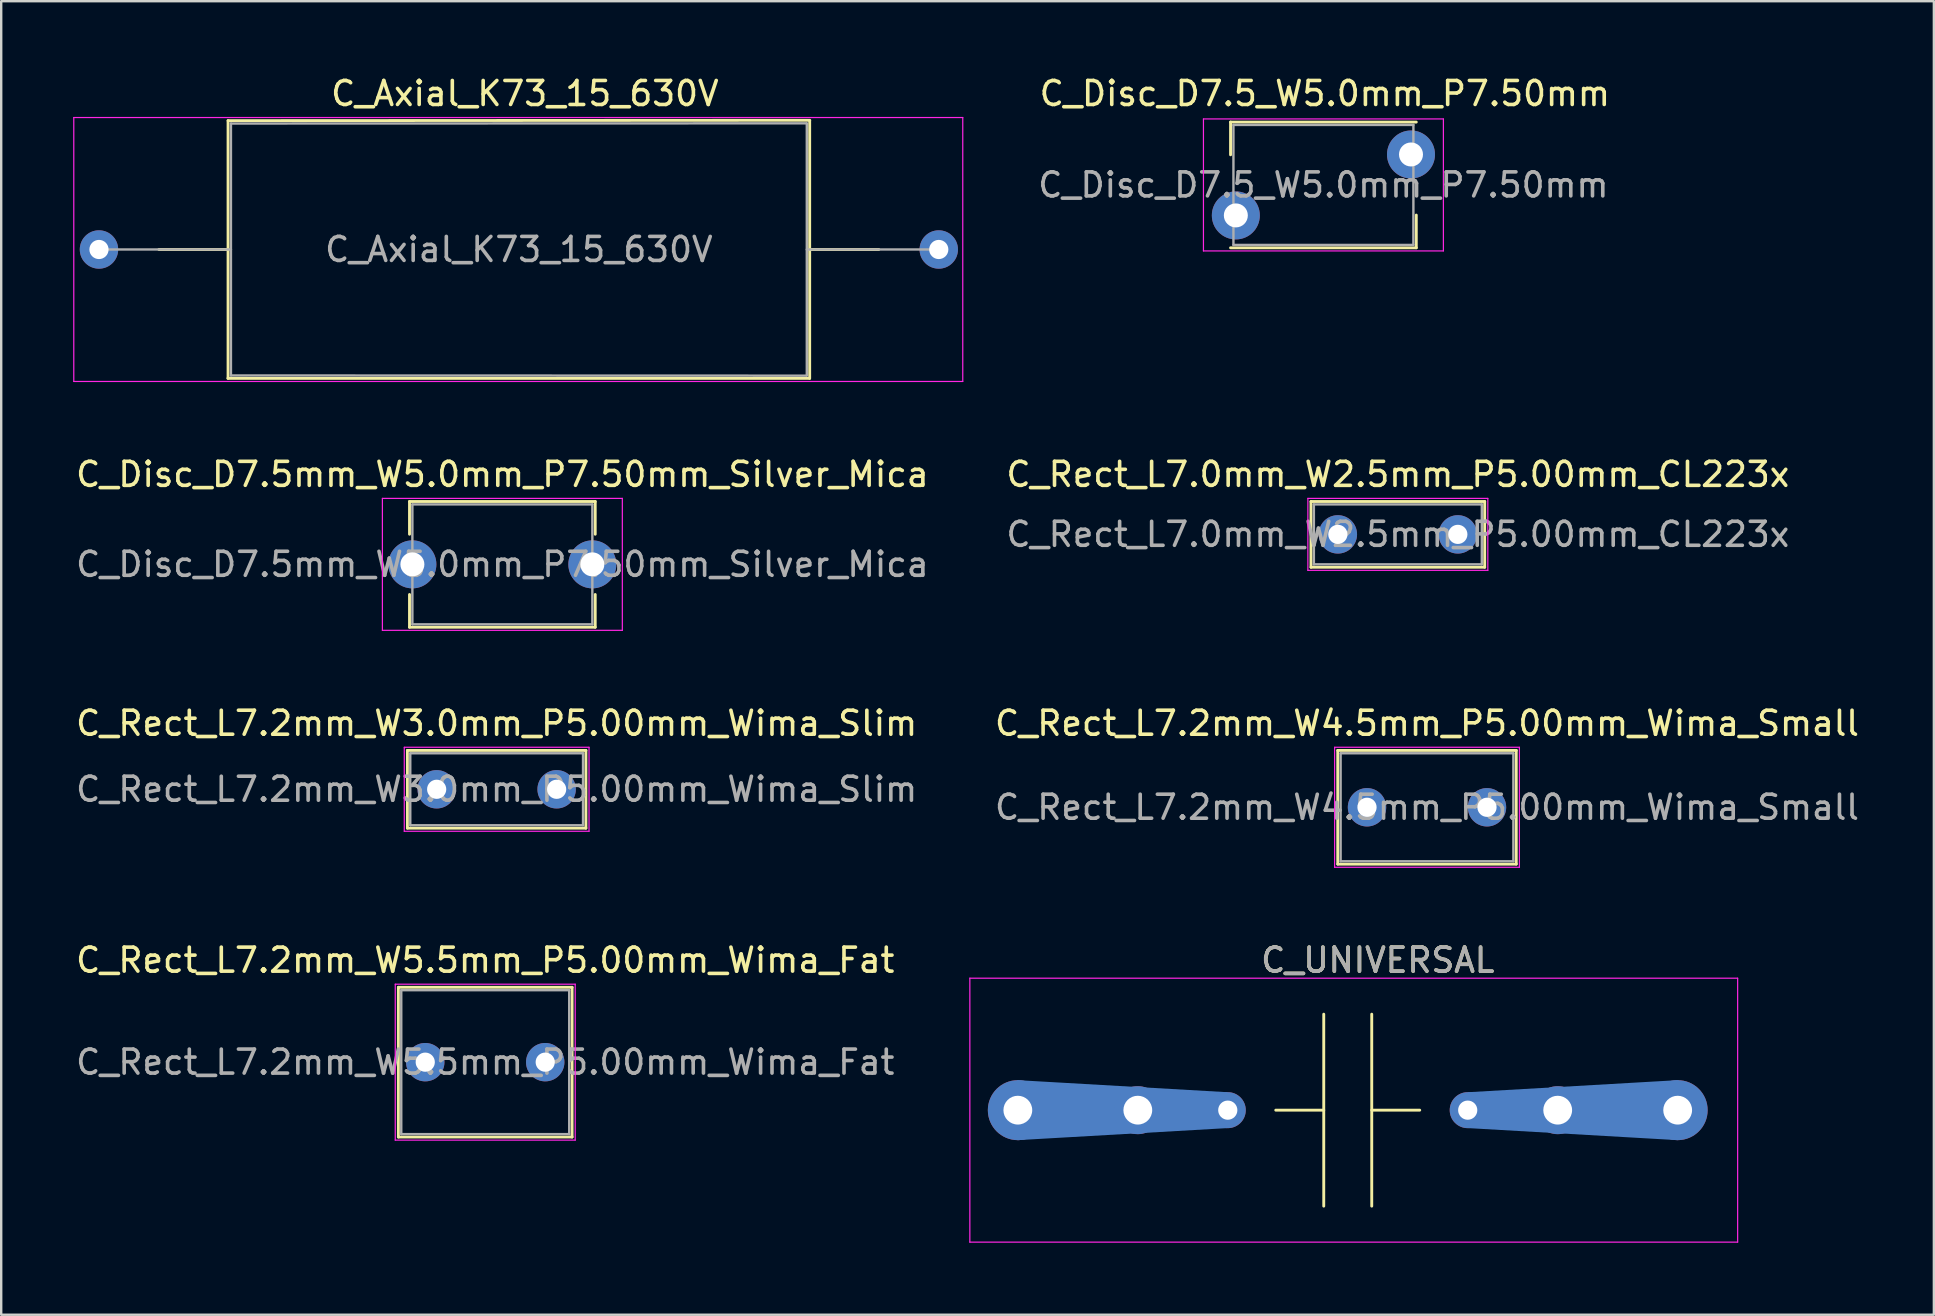
<source format=kicad_pcb>
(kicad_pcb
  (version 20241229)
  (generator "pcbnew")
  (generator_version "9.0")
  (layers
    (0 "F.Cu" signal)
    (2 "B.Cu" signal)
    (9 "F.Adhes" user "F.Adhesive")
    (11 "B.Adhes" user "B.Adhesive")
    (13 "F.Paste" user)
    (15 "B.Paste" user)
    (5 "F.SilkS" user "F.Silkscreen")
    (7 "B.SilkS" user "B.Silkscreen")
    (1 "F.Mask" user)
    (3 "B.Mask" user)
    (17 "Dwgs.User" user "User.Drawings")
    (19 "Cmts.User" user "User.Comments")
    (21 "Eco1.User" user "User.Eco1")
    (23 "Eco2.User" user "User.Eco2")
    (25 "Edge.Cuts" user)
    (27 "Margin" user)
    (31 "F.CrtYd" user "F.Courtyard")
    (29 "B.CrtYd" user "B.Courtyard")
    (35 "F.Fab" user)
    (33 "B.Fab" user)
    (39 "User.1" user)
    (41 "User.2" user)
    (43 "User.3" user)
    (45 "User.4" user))
  (footprint "C_Disc_D7.5mm_W5.0mm_P7.50mm_Silver_Mica"
    (layer "F.Cu")
    (at 14.137 20.471)
    (property "Reference" "C_Disc_D7.5mm_W5.0mm_P7.50mm_Silver_Mica" (at 3.75 -3.75 0) (layer "F.SilkS") (effects (font (size 1 1) (thickness 0.15))))
    (attr through_hole)
    (fp_line (start -0.12 -2.62) (end -0.12 -1.256) (stroke (width 0.12) (type solid)) (layer "F.SilkS"))
    (fp_line (start -0.12 -2.62) (end 7.62 -2.62) (stroke (width 0.12) (type solid)) (layer "F.SilkS"))
    (fp_line (start -0.12 1.256) (end -0.12 2.62) (stroke (width 0.12) (type solid)) (layer "F.SilkS"))
    (fp_line (start -0.12 2.62) (end 7.62 2.62) (stroke (width 0.12) (type solid)) (layer "F.SilkS"))
    (fp_line (start 7.62 -2.62) (end 7.62 -1.256) (stroke (width 0.12) (type solid)) (layer "F.SilkS"))
    (fp_line (start 7.62 1.256) (end 7.62 2.62) (stroke (width 0.12) (type solid)) (layer "F.SilkS"))
    (fp_line (start -1.25 -2.75) (end -1.25 2.75) (stroke (width 0.05) (type solid)) (layer "F.CrtYd"))
    (fp_line (start -1.25 2.75) (end 8.75 2.75) (stroke (width 0.05) (type solid)) (layer "F.CrtYd"))
    (fp_line (start 8.75 -2.75) (end -1.25 -2.75) (stroke (width 0.05) (type solid)) (layer "F.CrtYd"))
    (fp_line (start 8.75 2.75) (end 8.75 -2.75) (stroke (width 0.05) (type solid)) (layer "F.CrtYd"))
    (fp_line (start 0 -2.5) (end 0 2.5) (stroke (width 0.1) (type solid)) (layer "F.Fab"))
    (fp_line (start 0 2.5) (end 7.5 2.5) (stroke (width 0.1) (type solid)) (layer "F.Fab"))
    (fp_line (start 7.5 -2.5) (end 0 -2.5) (stroke (width 0.1) (type solid)) (layer "F.Fab"))
    (fp_line (start 7.5 2.5) (end 7.5 -2.5) (stroke (width 0.1) (type solid)) (layer "F.Fab"))
    (fp_text user "${REFERENCE}" (at 3.75 0 0) (layer "F.Fab") (effects (font (size 1 1) (thickness 0.15))))
    (pad "1" thru_hole circle (at 0 0) (size 2 2) (drill 1) (layers "*.Cu" "*.Mask"))
    (pad "2" thru_hole circle (at 7.5 0) (size 2 2) (drill 1) (layers "*.Cu" "*.Mask")))
  (footprint "C_UNIVERSAL"
    (layer "F.Cu")
    (at 39.37 43.218)
    (property "Reference" "C_UNIVERSAL" (at 15 -6.25 0) (layer "F.SilkS") (effects (font (size 1 1) (thickness 0.15))))
    (attr through_hole)
    (fp_poly (pts (xy 0 1.2) (xy 8.7 0.7) (xy 8.7 -0.7) (xy 0 -1.2)) (stroke (width 0.1) (type solid)) (fill yes) (layer "B.Cu"))
    (fp_poly (pts (xy 27.5 1.2) (xy 18.8 0.7) (xy 18.8 -0.7) (xy 27.5 -1.2)) (stroke (width 0.1) (type solid)) (fill yes) (layer "B.Cu"))
    (fp_line (start 12.75 -4) (end 12.75 4) (stroke (width 0.12) (type solid)) (layer "F.SilkS"))
    (fp_line (start 12.75 0) (end 10.75 0) (stroke (width 0.12) (type solid)) (layer "F.SilkS"))
    (fp_line (start 14.75 -4) (end 14.75 4) (stroke (width 0.12) (type solid)) (layer "F.SilkS"))
    (fp_line (start 14.75 0) (end 16.75 0) (stroke (width 0.12) (type solid)) (layer "F.SilkS"))
    (fp_line (start -2 -5.5) (end -2 5.5) (stroke (width 0.05) (type solid)) (layer "F.CrtYd"))
    (fp_line (start -2 5.5) (end 30 5.5) (stroke (width 0.05) (type solid)) (layer "F.CrtYd"))
    (fp_line (start 30 -5.5) (end -2 -5.5) (stroke (width 0.05) (type solid)) (layer "F.CrtYd"))
    (fp_line (start 30 5.5) (end 30 -5.5) (stroke (width 0.05) (type solid)) (layer "F.CrtYd"))
    (fp_text user "${REFERENCE}" (at 15 -6.25 0) (layer "F.Fab") (effects (font (size 1 1) (thickness 0.15))))
    (pad "" thru_hole circle (at 5 0) (size 2 2) (drill 1.2) (layers "*.Cu" "*.Mask"))
    (pad "" thru_hole circle (at 8.75 0) (size 1.5 1.5) (drill 0.8) (layers "*.Cu" "*.Mask"))
    (pad "" thru_hole circle (at 18.75 0) (size 1.5 1.5) (drill 0.8) (layers "*.Cu" "*.Mask"))
    (pad "" thru_hole circle (at 22.5 0) (size 2 2) (drill 1.2) (layers "*.Cu" "*.Mask"))
    (pad "1" thru_hole circle (at 0 0) (size 2.5 2.5) (drill 1.2) (layers "*.Cu" "*.Mask"))
    (pad "2" thru_hole circle (at 27.5 0) (size 2.5 2.5) (drill 1.2) (layers "*.Cu" "*.Mask")))
  (footprint "C_Rect_L7.0mm_W2.5mm_P5.00mm_CL223x"
    (layer "F.Cu")
    (at 52.708 19.221)
    (property "Reference" "C_Rect_L7.0mm_W2.5mm_P5.00mm_CL223x" (at 2.5 -2.5 0) (layer "F.SilkS") (effects (font (size 1 1) (thickness 0.15))))
    (attr through_hole)
    (fp_line (start -1.12 -1.37) (end -1.12 1.37) (stroke (width 0.12) (type solid)) (layer "F.SilkS"))
    (fp_line (start -1.12 -1.37) (end 6.12 -1.37) (stroke (width 0.12) (type solid)) (layer "F.SilkS"))
    (fp_line (start -1.12 1.37) (end 6.12 1.37) (stroke (width 0.12) (type solid)) (layer "F.SilkS"))
    (fp_line (start 6.12 -1.37) (end 6.12 1.37) (stroke (width 0.12) (type solid)) (layer "F.SilkS"))
    (fp_line (start -1.25 -1.5) (end -1.25 1.5) (stroke (width 0.05) (type solid)) (layer "F.CrtYd"))
    (fp_line (start -1.25 1.5) (end 6.25 1.5) (stroke (width 0.05) (type solid)) (layer "F.CrtYd"))
    (fp_line (start 6.25 -1.5) (end -1.25 -1.5) (stroke (width 0.05) (type solid)) (layer "F.CrtYd"))
    (fp_line (start 6.25 1.5) (end 6.25 -1.5) (stroke (width 0.05) (type solid)) (layer "F.CrtYd"))
    (fp_line (start -1 -1.25) (end -1 1.25) (stroke (width 0.1) (type solid)) (layer "F.Fab"))
    (fp_line (start -1 1.25) (end 6 1.25) (stroke (width 0.1) (type solid)) (layer "F.Fab"))
    (fp_line (start 6 -1.25) (end -1 -1.25) (stroke (width 0.1) (type solid)) (layer "F.Fab"))
    (fp_line (start 6 1.25) (end 6 -1.25) (stroke (width 0.1) (type solid)) (layer "F.Fab"))
    (fp_text user "${REFERENCE}" (at 2.5 0 0) (layer "F.Fab") (effects (font (size 1 1) (thickness 0.15))))
    (pad "1" thru_hole circle (at 0 0) (size 1.6 1.6) (drill 0.8) (layers "*.Cu" "*.Mask"))
    (pad "2" thru_hole circle (at 5 0) (size 1.6 1.6) (drill 0.8) (layers "*.Cu" "*.Mask")))
  (footprint "C_Rect_L7.2mm_W5.5mm_P5.00mm_Wima_Fat"
    (layer "F.Cu")
    (at 14.673 41.218)
    (property "Reference" "C_Rect_L7.2mm_W5.5mm_P5.00mm_Wima_Fat" (at 2.5 -4.25 0) (layer "F.SilkS") (effects (font (size 1 1) (thickness 0.15))))
    (attr through_hole)
    (fp_line (start -1.12 -3.12) (end -1.12 3.12) (stroke (width 0.12) (type solid)) (layer "F.SilkS"))
    (fp_line (start -1.12 -3.12) (end 6.12 -3.12) (stroke (width 0.12) (type solid)) (layer "F.SilkS"))
    (fp_line (start -1.12 3.12) (end 6.12 3.12) (stroke (width 0.12) (type solid)) (layer "F.SilkS"))
    (fp_line (start 6.12 -3.12) (end 6.12 3.12) (stroke (width 0.12) (type solid)) (layer "F.SilkS"))
    (fp_line (start -1.25 -3.25) (end -1.25 3.25) (stroke (width 0.05) (type solid)) (layer "F.CrtYd"))
    (fp_line (start -1.25 3.25) (end 6.25 3.25) (stroke (width 0.05) (type solid)) (layer "F.CrtYd"))
    (fp_line (start 6.25 -3.25) (end -1.25 -3.25) (stroke (width 0.05) (type solid)) (layer "F.CrtYd"))
    (fp_line (start 6.25 3.25) (end 6.25 -3.25) (stroke (width 0.05) (type solid)) (layer "F.CrtYd"))
    (fp_line (start -1 -3) (end -1 3) (stroke (width 0.1) (type solid)) (layer "F.Fab"))
    (fp_line (start -1 3) (end 6 3) (stroke (width 0.1) (type solid)) (layer "F.Fab"))
    (fp_line (start 6 -3) (end -1 -3) (stroke (width 0.1) (type solid)) (layer "F.Fab"))
    (fp_line (start 6 3) (end 6 -3) (stroke (width 0.1) (type solid)) (layer "F.Fab"))
    (fp_text user "${REFERENCE}" (at 2.5 0 0) (layer "F.Fab") (effects (font (size 1 1) (thickness 0.15))))
    (pad "1" thru_hole circle (at 0 0) (size 1.6 1.6) (drill 0.8) (layers "*.Cu" "*.Mask"))
    (pad "2" thru_hole circle (at 5 0) (size 1.6 1.6) (drill 0.8) (layers "*.Cu" "*.Mask")))
  (footprint "C_Axial_K73_15_630V"
    (layer "F.Cu")
    (at 1.075 7.348)
    (property "Reference" "C_Axial_K73_15_630V" (at 17.75 -6.5 0) (layer "F.SilkS") (effects (font (size 1 1) (thickness 0.15))))
    (attr through_hole)
    (fp_line (start 2.5 0) (end 5.38 0) (stroke (width 0.12) (type solid)) (layer "F.SilkS"))
    (fp_line (start 5.373 5.37) (end 29.616 5.372) (stroke (width 0.12) (type solid)) (layer "F.SilkS"))
    (fp_line (start 5.38 -5.37) (end 5.38 5.37) (stroke (width 0.12) (type solid)) (layer "F.SilkS"))
    (fp_line (start 29.62 5.37) (end 29.62 -5.37) (stroke (width 0.12) (type solid)) (layer "F.SilkS"))
    (fp_line (start 29.623 -5.385) (end 5.38 -5.37) (stroke (width 0.12) (type solid)) (layer "F.SilkS"))
    (fp_line (start 32.5 0) (end 29.62 0) (stroke (width 0.12) (type solid)) (layer "F.SilkS"))
    (fp_line (start -1.05 -5.5) (end -1.05 5.5) (stroke (width 0.05) (type solid)) (layer "F.CrtYd"))
    (fp_line (start -1.05 5.5) (end 36 5.5) (stroke (width 0.05) (type solid)) (layer "F.CrtYd"))
    (fp_line (start 36 -5.5) (end -1.05 -5.5) (stroke (width 0.05) (type solid)) (layer "F.CrtYd"))
    (fp_line (start 36 5.5) (end 36 -5.5) (stroke (width 0.05) (type solid)) (layer "F.CrtYd"))
    (fp_line (start 0 0) (end 5.5 0) (stroke (width 0.1) (type solid)) (layer "F.Fab"))
    (fp_line (start 5.5 -5.25) (end 5.5 5.25) (stroke (width 0.1) (type solid)) (layer "F.Fab"))
    (fp_line (start 5.5 5.25) (end 29.496 5.258) (stroke (width 0.1) (type solid)) (layer "F.Fab"))
    (fp_line (start 29.496 -5.258) (end 5.5 -5.25) (stroke (width 0.1) (type solid)) (layer "F.Fab"))
    (fp_line (start 29.5 5.25) (end 29.5 -5.25) (stroke (width 0.1) (type solid)) (layer "F.Fab"))
    (fp_line (start 35 0) (end 29.5 0) (stroke (width 0.1) (type solid)) (layer "F.Fab"))
    (fp_text user "${REFERENCE}" (at 17.5 0 0) (layer "F.Fab") (effects (font (size 1 1) (thickness 0.15))))
    (pad "1" thru_hole circle (at 0 0) (size 1.6 1.6) (drill 0.8) (layers "*.Cu" "*.Mask"))
    (pad "2" thru_hole oval (at 35 0) (size 1.6 1.6) (drill 0.8) (layers "*.Cu" "*.Mask")))
  (footprint "C_Rect_L7.2mm_W4.5mm_P5.00mm_Wima_Small"
    (layer "F.Cu")
    (at 53.923 30.595)
    (property "Reference" "C_Rect_L7.2mm_W4.5mm_P5.00mm_Wima_Small" (at 2.5 -3.5 0) (layer "F.SilkS") (effects (font (size 1 1) (thickness 0.15))))
    (attr through_hole)
    (fp_line (start -1.22 -2.37) (end -1.22 2.37) (stroke (width 0.12) (type solid)) (layer "F.SilkS"))
    (fp_line (start -1.22 -2.37) (end 6.22 -2.37) (stroke (width 0.12) (type solid)) (layer "F.SilkS"))
    (fp_line (start -1.22 2.37) (end 6.22 2.37) (stroke (width 0.12) (type solid)) (layer "F.SilkS"))
    (fp_line (start 6.22 -2.37) (end 6.22 2.37) (stroke (width 0.12) (type solid)) (layer "F.SilkS"))
    (fp_line (start -1.35 -2.5) (end -1.35 2.5) (stroke (width 0.05) (type solid)) (layer "F.CrtYd"))
    (fp_line (start -1.35 2.5) (end 6.35 2.5) (stroke (width 0.05) (type solid)) (layer "F.CrtYd"))
    (fp_line (start 6.35 -2.5) (end -1.35 -2.5) (stroke (width 0.05) (type solid)) (layer "F.CrtYd"))
    (fp_line (start 6.35 2.5) (end 6.35 -2.5) (stroke (width 0.05) (type solid)) (layer "F.CrtYd"))
    (fp_line (start -1.1 -2.25) (end -1.1 2.25) (stroke (width 0.1) (type solid)) (layer "F.Fab"))
    (fp_line (start -1.1 2.25) (end 6.1 2.25) (stroke (width 0.1) (type solid)) (layer "F.Fab"))
    (fp_line (start 6.1 -2.25) (end -1.1 -2.25) (stroke (width 0.1) (type solid)) (layer "F.Fab"))
    (fp_line (start 6.1 2.25) (end 6.1 -2.25) (stroke (width 0.1) (type solid)) (layer "F.Fab"))
    (fp_text user "${REFERENCE}" (at 2.5 0 0) (layer "F.Fab") (effects (font (size 1 1) (thickness 0.15))))
    (pad "1" thru_hole circle (at 0 0) (size 1.6 1.6) (drill 0.8) (layers "*.Cu" "*.Mask"))
    (pad "2" thru_hole circle (at 5 0) (size 1.6 1.6) (drill 0.8) (layers "*.Cu" "*.Mask")))
  (footprint "C_Disc_D7.5_W5.0mm_P7.50mm"
    (layer "F.Cu")
    (at 48.356 4.658)
    (property "Reference" "C_Disc_D7.5_W5.0mm_P7.50mm" (at 3.81 -3.81 0) (layer "F.SilkS") (effects (font (size 1 1) (thickness 0.15))))
    (attr through_hole)
    (fp_line (start -0.12 -2.62) (end -0.12 -1.256) (stroke (width 0.12) (type solid)) (layer "F.SilkS"))
    (fp_line (start -0.12 -2.62) (end 7.62 -2.62) (stroke (width 0.12) (type solid)) (layer "F.SilkS"))
    (fp_line (start -0.12 2.62) (end 7.62 2.62) (stroke (width 0.12) (type solid)) (layer "F.SilkS"))
    (fp_line (start 7.62 1.256) (end 7.62 2.62) (stroke (width 0.12) (type solid)) (layer "F.SilkS"))
    (fp_line (start -1.25 -2.75) (end -1.25 2.75) (stroke (width 0.05) (type solid)) (layer "F.CrtYd"))
    (fp_line (start -1.25 2.75) (end 8.75 2.75) (stroke (width 0.05) (type solid)) (layer "F.CrtYd"))
    (fp_line (start 8.75 -2.75) (end -1.25 -2.75) (stroke (width 0.05) (type solid)) (layer "F.CrtYd"))
    (fp_line (start 8.75 2.75) (end 8.75 -2.75) (stroke (width 0.05) (type solid)) (layer "F.CrtYd"))
    (fp_line (start 0 -2.5) (end 0 2.5) (stroke (width 0.1) (type solid)) (layer "F.Fab"))
    (fp_line (start 0 2.5) (end 7.5 2.5) (stroke (width 0.1) (type solid)) (layer "F.Fab"))
    (fp_line (start 7.5 -2.5) (end 0 -2.5) (stroke (width 0.1) (type solid)) (layer "F.Fab"))
    (fp_line (start 7.5 2.5) (end 7.5 -2.5) (stroke (width 0.1) (type solid)) (layer "F.Fab"))
    (fp_text user "${REFERENCE}" (at 3.75 0 0) (layer "F.Fab") (effects (font (size 1 1) (thickness 0.15))))
    (pad "1" thru_hole circle (at 0.1 1.27) (size 2 2) (drill 1) (layers "*.Cu" "*.Mask"))
    (pad "2" thru_hole circle (at 7.4 -1.27) (size 2 2) (drill 1) (layers "*.Cu" "*.Mask")))
  (footprint "C_Rect_L7.2mm_W3.0mm_P5.00mm_Wima_Slim"
    (layer "F.Cu")
    (at 15.149 29.845)
    (property "Reference" "C_Rect_L7.2mm_W3.0mm_P5.00mm_Wima_Slim" (at 2.5 -2.75 0) (layer "F.SilkS") (effects (font (size 1 1) (thickness 0.15))))
    (attr through_hole)
    (fp_line (start -1.22 -1.62) (end -1.22 1.62) (stroke (width 0.12) (type solid)) (layer "F.SilkS"))
    (fp_line (start -1.22 -1.62) (end 6.22 -1.62) (stroke (width 0.12) (type solid)) (layer "F.SilkS"))
    (fp_line (start -1.22 1.62) (end 6.22 1.62) (stroke (width 0.12) (type solid)) (layer "F.SilkS"))
    (fp_line (start 6.22 -1.62) (end 6.22 1.62) (stroke (width 0.12) (type solid)) (layer "F.SilkS"))
    (fp_line (start -1.35 -1.75) (end -1.35 1.75) (stroke (width 0.05) (type solid)) (layer "F.CrtYd"))
    (fp_line (start -1.35 1.75) (end 6.35 1.75) (stroke (width 0.05) (type solid)) (layer "F.CrtYd"))
    (fp_line (start 6.35 -1.75) (end -1.35 -1.75) (stroke (width 0.05) (type solid)) (layer "F.CrtYd"))
    (fp_line (start 6.35 1.75) (end 6.35 -1.75) (stroke (width 0.05) (type solid)) (layer "F.CrtYd"))
    (fp_line (start -1.1 -1.5) (end -1.1 1.5) (stroke (width 0.1) (type solid)) (layer "F.Fab"))
    (fp_line (start -1.1 1.5) (end 6.1 1.5) (stroke (width 0.1) (type solid)) (layer "F.Fab"))
    (fp_line (start 6.1 -1.5) (end -1.1 -1.5) (stroke (width 0.1) (type solid)) (layer "F.Fab"))
    (fp_line (start 6.1 1.5) (end 6.1 -1.5) (stroke (width 0.1) (type solid)) (layer "F.Fab"))
    (fp_text user "${REFERENCE}" (at 2.5 0 0) (layer "F.Fab") (effects (font (size 1 1) (thickness 0.15))))
    (pad "1" thru_hole circle (at 0 0) (size 1.6 1.6) (drill 0.8) (layers "*.Cu" "*.Mask"))
    (pad "2" thru_hole circle (at 5 0) (size 1.6 1.6) (drill 0.8) (layers "*.Cu" "*.Mask")))
  (gr_rect
    (start -3 -3)
    (end 77.548 51.743)
    (stroke (width 0.1) (type default))
    (fill no)
    (layer "Edge.Cuts")))
</source>
